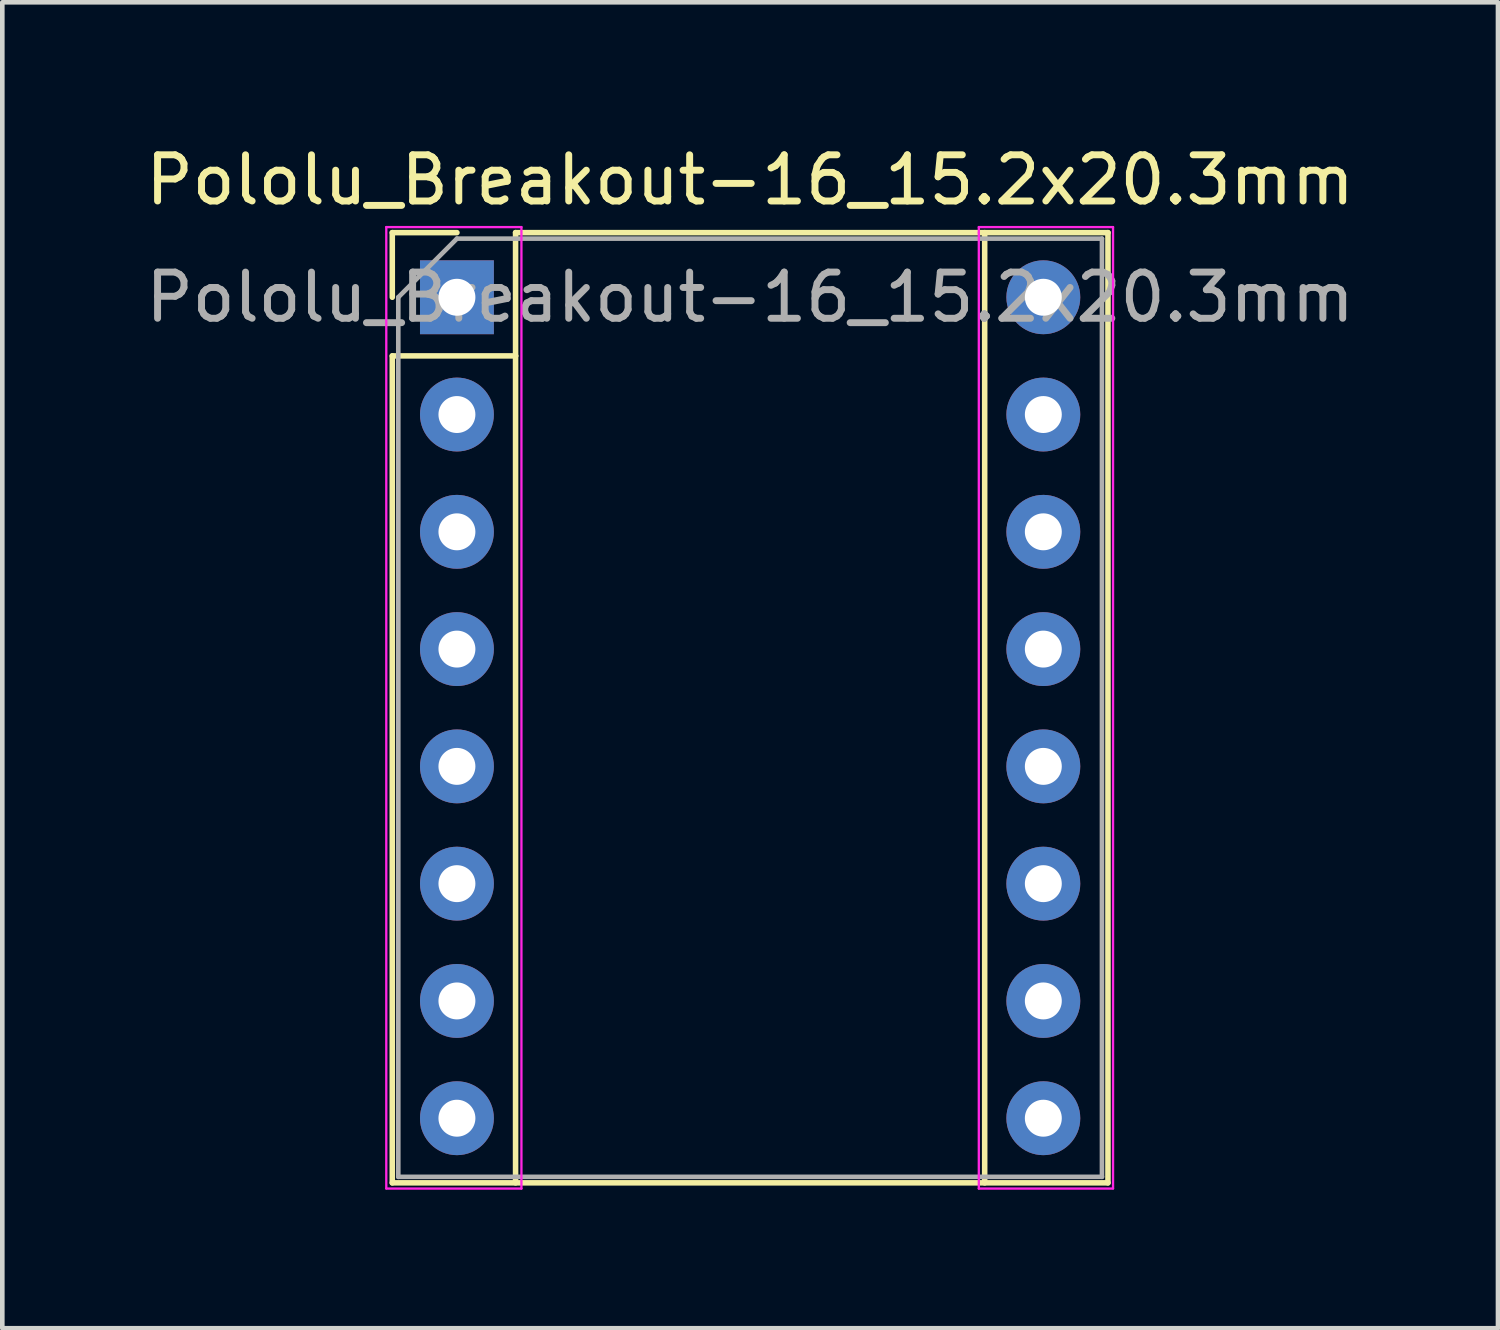
<source format=kicad_pcb>
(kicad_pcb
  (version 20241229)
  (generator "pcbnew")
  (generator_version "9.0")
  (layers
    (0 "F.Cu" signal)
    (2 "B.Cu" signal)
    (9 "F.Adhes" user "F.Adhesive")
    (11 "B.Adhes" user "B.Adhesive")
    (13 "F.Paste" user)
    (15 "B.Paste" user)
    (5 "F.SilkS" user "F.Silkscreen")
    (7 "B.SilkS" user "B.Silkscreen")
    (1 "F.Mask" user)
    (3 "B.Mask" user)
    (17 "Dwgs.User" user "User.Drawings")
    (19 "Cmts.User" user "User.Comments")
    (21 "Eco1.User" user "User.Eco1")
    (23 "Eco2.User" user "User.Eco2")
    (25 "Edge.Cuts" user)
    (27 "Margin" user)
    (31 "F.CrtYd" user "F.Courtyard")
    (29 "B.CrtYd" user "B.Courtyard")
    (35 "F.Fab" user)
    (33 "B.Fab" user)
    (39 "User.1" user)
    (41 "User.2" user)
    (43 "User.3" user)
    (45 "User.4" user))
  (footprint "Pololu_Breakout-16_15.2x20.3mm"
    (layer "F.Cu")
    (at 6.846 3.388)
    (property "Reference" "Pololu_Breakout-16_15.2x20.3mm" (at 6.35 -2.54 0) (layer "F.SilkS") (effects (font (size 1 1) (thickness 0.15))))
    (attr through_hole)
    (fp_line (start -1.4 -1.4) (end -1.4 0) (stroke (width 0.12) (type solid)) (layer "F.SilkS"))
    (fp_line (start -1.4 1.27) (end -1.4 19.18) (stroke (width 0.12) (type solid)) (layer "F.SilkS"))
    (fp_line (start -1.4 19.18) (end 14.1 19.18) (stroke (width 0.12) (type solid)) (layer "F.SilkS"))
    (fp_line (start 0 -1.4) (end -1.4 -1.4) (stroke (width 0.12) (type solid)) (layer "F.SilkS"))
    (fp_line (start 1.27 -1.4) (end 1.27 1.27) (stroke (width 0.12) (type solid)) (layer "F.SilkS"))
    (fp_line (start 1.27 1.27) (end -1.4 1.27) (stroke (width 0.12) (type solid)) (layer "F.SilkS"))
    (fp_line (start 1.27 1.27) (end 1.27 19.18) (stroke (width 0.12) (type solid)) (layer "F.SilkS"))
    (fp_line (start 11.43 -1.4) (end 11.43 19.18) (stroke (width 0.12) (type solid)) (layer "F.SilkS"))
    (fp_line (start 14.1 -1.4) (end 1.27 -1.4) (stroke (width 0.12) (type solid)) (layer "F.SilkS"))
    (fp_line (start 14.1 19.18) (end 14.1 -1.4) (stroke (width 0.12) (type solid)) (layer "F.SilkS"))
    (fp_line (start -1.53 -1.52) (end -1.53 19.3) (stroke (width 0.05) (type solid)) (layer "F.CrtYd"))
    (fp_line (start -1.53 -1.52) (end 1.397 -1.52) (stroke (width 0.05) (type default)) (layer "F.CrtYd"))
    (fp_line (start 1.397 -1.52) (end 1.397 19.304) (stroke (width 0.05) (type default)) (layer "F.CrtYd"))
    (fp_line (start 1.397 19.304) (end -1.53 19.304) (stroke (width 0.05) (type default)) (layer "F.CrtYd"))
    (fp_line (start 11.303 -1.52) (end 11.303 -1.397) (stroke (width 0.05) (type default)) (layer "F.CrtYd"))
    (fp_line (start 11.303 -1.397) (end 11.303 19.304) (stroke (width 0.05) (type default)) (layer "F.CrtYd"))
    (fp_line (start 11.303 19.304) (end 14.21 19.304) (stroke (width 0.05) (type default)) (layer "F.CrtYd"))
    (fp_line (start 14.21 -1.52) (end 11.303 -1.52) (stroke (width 0.05) (type default)) (layer "F.CrtYd"))
    (fp_line (start 14.21 19.3) (end 14.21 -1.52) (stroke (width 0.05) (type solid)) (layer "F.CrtYd"))
    (fp_line (start -1.27 0) (end 0 -1.27) (stroke (width 0.1) (type solid)) (layer "F.Fab"))
    (fp_line (start -1.27 19.05) (end -1.27 0) (stroke (width 0.1) (type solid)) (layer "F.Fab"))
    (fp_line (start 0 -1.27) (end 13.97 -1.27) (stroke (width 0.1) (type solid)) (layer "F.Fab"))
    (fp_line (start 13.97 -1.27) (end 13.97 19.05) (stroke (width 0.1) (type solid)) (layer "F.Fab"))
    (fp_line (start 13.97 19.05) (end -1.27 19.05) (stroke (width 0.1) (type solid)) (layer "F.Fab"))
    (fp_text user "${REFERENCE}" (at 6.35 0 0) (layer "F.Fab") (effects (font (size 1 1) (thickness 0.15))))
    (pad "1" thru_hole rect (at 0 0) (size 1.6 1.6) (drill 0.8) (layers "*.Cu" "*.Mask"))
    (pad "2" thru_hole oval (at 0 2.54) (size 1.6 1.6) (drill 0.8) (layers "*.Cu" "*.Mask"))
    (pad "3" thru_hole oval (at 0 5.08) (size 1.6 1.6) (drill 0.8) (layers "*.Cu" "*.Mask"))
    (pad "4" thru_hole oval (at 0 7.62) (size 1.6 1.6) (drill 0.8) (layers "*.Cu" "*.Mask"))
    (pad "5" thru_hole oval (at 0 10.16) (size 1.6 1.6) (drill 0.8) (layers "*.Cu" "*.Mask"))
    (pad "6" thru_hole oval (at 0 12.7) (size 1.6 1.6) (drill 0.8) (layers "*.Cu" "*.Mask"))
    (pad "7" thru_hole oval (at 0 15.24) (size 1.6 1.6) (drill 0.8) (layers "*.Cu" "*.Mask"))
    (pad "8" thru_hole oval (at 0 17.78) (size 1.6 1.6) (drill 0.8) (layers "*.Cu" "*.Mask"))
    (pad "9" thru_hole oval (at 12.7 17.78) (size 1.6 1.6) (drill 0.8) (layers "*.Cu" "*.Mask"))
    (pad "10" thru_hole oval (at 12.7 15.24) (size 1.6 1.6) (drill 0.8) (layers "*.Cu" "*.Mask"))
    (pad "11" thru_hole oval (at 12.7 12.7) (size 1.6 1.6) (drill 0.8) (layers "*.Cu" "*.Mask"))
    (pad "12" thru_hole oval (at 12.7 10.16) (size 1.6 1.6) (drill 0.8) (layers "*.Cu" "*.Mask"))
    (pad "13" thru_hole oval (at 12.7 7.62) (size 1.6 1.6) (drill 0.8) (layers "*.Cu" "*.Mask"))
    (pad "14" thru_hole oval (at 12.7 5.08) (size 1.6 1.6) (drill 0.8) (layers "*.Cu" "*.Mask"))
    (pad "15" thru_hole oval (at 12.7 2.54) (size 1.6 1.6) (drill 0.8) (layers "*.Cu" "*.Mask"))
    (pad "16" thru_hole oval (at 12.7 0) (size 1.6 1.6) (drill 0.8) (layers "*.Cu" "*.Mask")))
  (gr_rect
    (start -3 -3)
    (end 29.393 25.717)
    (stroke (width 0.1) (type default))
    (fill no)
    (layer "Edge.Cuts")))
</source>
